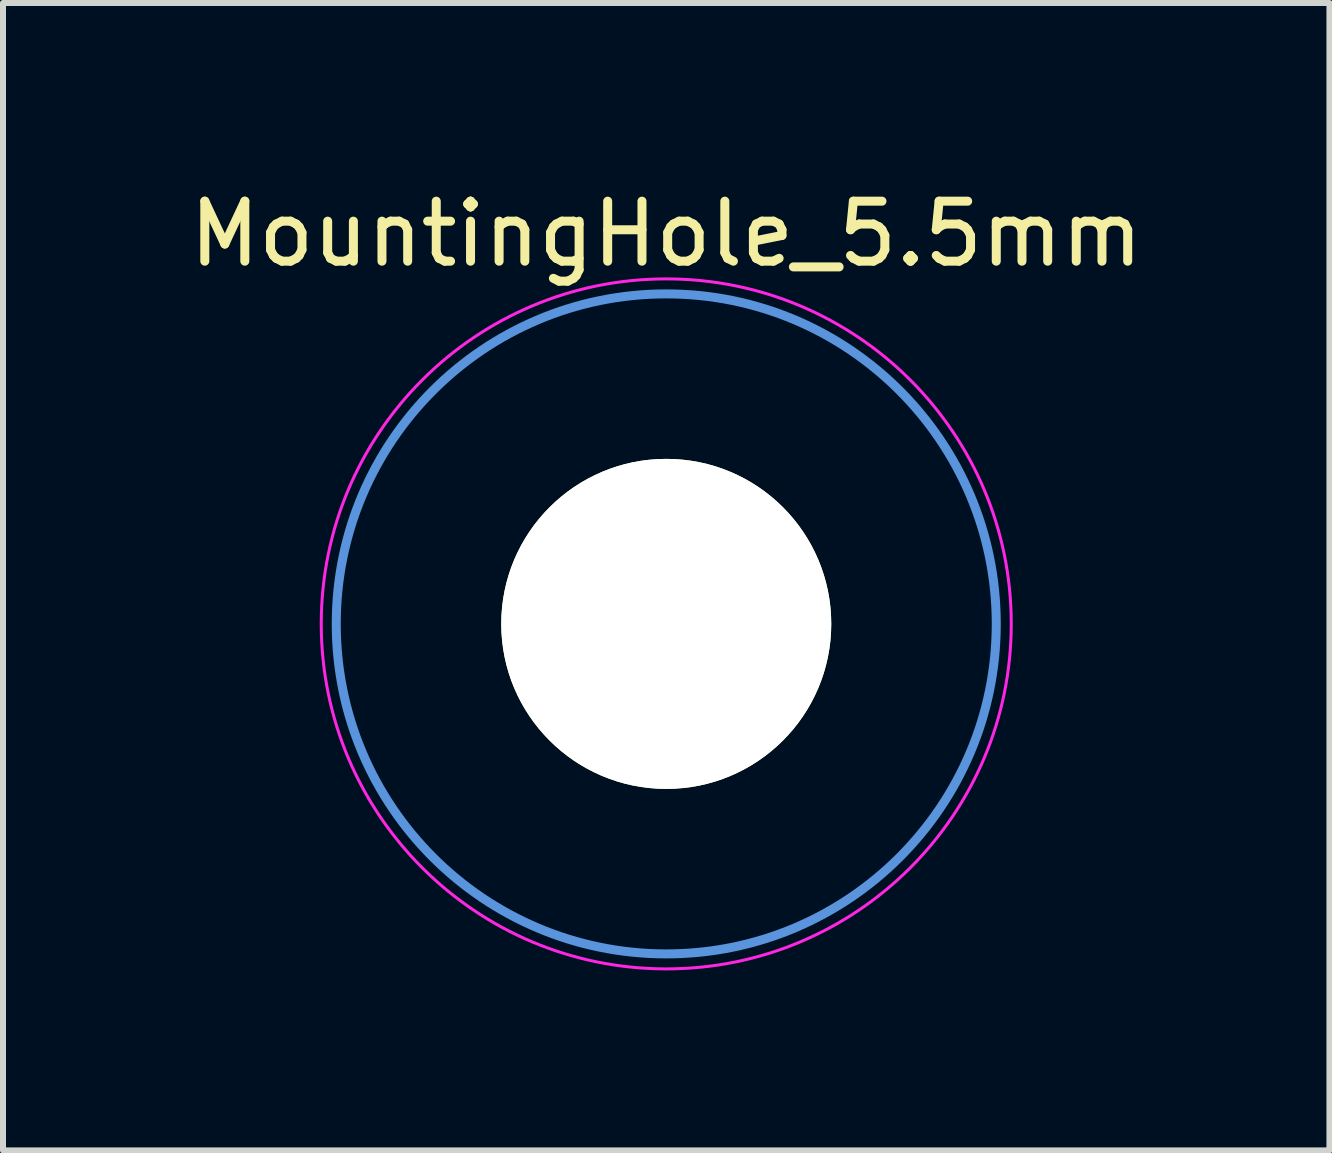
<source format=kicad_pcb>
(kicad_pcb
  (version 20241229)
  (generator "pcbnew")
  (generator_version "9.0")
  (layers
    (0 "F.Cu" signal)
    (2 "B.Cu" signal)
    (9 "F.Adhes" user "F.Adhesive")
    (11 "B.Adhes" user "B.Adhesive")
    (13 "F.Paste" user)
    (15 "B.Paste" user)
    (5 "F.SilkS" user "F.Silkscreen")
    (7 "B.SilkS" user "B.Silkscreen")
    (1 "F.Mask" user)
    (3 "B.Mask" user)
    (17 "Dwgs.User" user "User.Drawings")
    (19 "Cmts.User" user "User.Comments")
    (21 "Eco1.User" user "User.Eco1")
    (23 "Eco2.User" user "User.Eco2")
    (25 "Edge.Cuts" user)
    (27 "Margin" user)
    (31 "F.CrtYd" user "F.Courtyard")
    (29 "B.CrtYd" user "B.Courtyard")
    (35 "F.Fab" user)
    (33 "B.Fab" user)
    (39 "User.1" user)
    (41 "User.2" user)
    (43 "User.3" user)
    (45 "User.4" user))
  (footprint "MountingHole_5.5mm"
    (layer "F.Cu")
    (at 8.054 7.348)
    (property "Reference" "MountingHole_5.5mm" (at 0 -6.5 0) (layer "F.SilkS") (effects (font (size 1 1) (thickness 0.15))))
    (attr through_hole)
    (fp_circle (center 0 0) (end 5.5 0) (stroke (width 0.15) (type solid)) (fill no) (layer "Cmts.User"))
    (fp_circle (center 0 0) (end 5.75 0) (stroke (width 0.05) (type solid)) (fill no) (layer "F.CrtYd"))
    (pad "" np_thru_hole circle (at 0 0) (size 5.5 5.5) (drill 5.5) (layers "*.Cu" "*.Mask" "F.SilkS")))
  (gr_rect
    (start -3 -3)
    (end 19.107 16.123)
    (stroke (width 0.1) (type default))
    (fill no)
    (layer "Edge.Cuts")))
</source>
